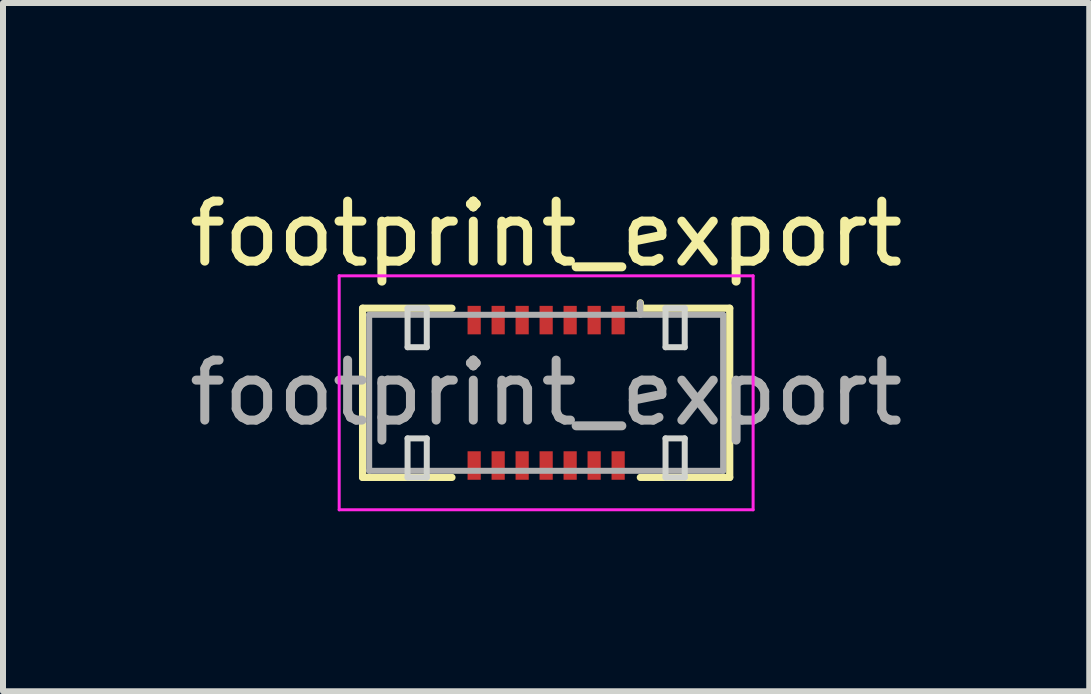
<source format=kicad_pcb>
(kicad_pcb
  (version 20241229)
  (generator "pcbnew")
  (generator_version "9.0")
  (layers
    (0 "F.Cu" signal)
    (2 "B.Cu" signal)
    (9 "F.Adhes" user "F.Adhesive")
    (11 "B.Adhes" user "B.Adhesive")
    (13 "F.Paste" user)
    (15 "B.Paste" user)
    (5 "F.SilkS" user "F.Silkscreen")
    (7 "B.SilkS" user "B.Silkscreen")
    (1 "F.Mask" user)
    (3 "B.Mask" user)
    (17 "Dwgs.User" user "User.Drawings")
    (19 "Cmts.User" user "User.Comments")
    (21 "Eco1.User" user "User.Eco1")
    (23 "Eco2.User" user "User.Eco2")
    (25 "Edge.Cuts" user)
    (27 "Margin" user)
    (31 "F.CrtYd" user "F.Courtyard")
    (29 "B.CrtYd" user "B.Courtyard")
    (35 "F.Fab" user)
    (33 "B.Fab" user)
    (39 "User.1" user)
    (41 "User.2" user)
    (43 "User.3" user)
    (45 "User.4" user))
  (footprint "footprint_export"
    (layer "F.Cu")
    (at 6.054 3.498)
    (property "Reference" "footprint_export" (at 0 -2.65 0) (layer "F.SilkS") (effects (font (size 1 1) (thickness 0.15))))
    (attr smd)
    (fp_line (start -3.06 -1.41) (end -1.57 -1.41) (stroke (width 0.12) (type solid)) (layer "F.SilkS"))
    (fp_line (start -3.06 1.41) (end -3.06 -1.41) (stroke (width 0.12) (type solid)) (layer "F.SilkS"))
    (fp_line (start -1.57 1.41) (end -3.06 1.41) (stroke (width 0.12) (type solid)) (layer "F.SilkS"))
    (fp_line (start 1.57 -1.41) (end 1.57 -1.5) (stroke (width 0.12) (type solid)) (layer "F.SilkS"))
    (fp_line (start 1.57 1.41) (end 3.06 1.41) (stroke (width 0.12) (type solid)) (layer "F.SilkS"))
    (fp_line (start 3.06 -1.41) (end 1.57 -1.41) (stroke (width 0.12) (type solid)) (layer "F.SilkS"))
    (fp_line (start 3.06 1.41) (end 3.06 -1.41) (stroke (width 0.12) (type solid)) (layer "F.SilkS"))
    (fp_line (start -2.31 -1.41) (end -2.31 -0.76) (stroke (width 0.1) (type solid)) (layer "Edge.Cuts"))
    (fp_line (start -2.31 -0.76) (end -1.99 -0.76) (stroke (width 0.1) (type solid)) (layer "Edge.Cuts"))
    (fp_line (start -2.31 0.76) (end -2.31 1.41) (stroke (width 0.1) (type solid)) (layer "Edge.Cuts"))
    (fp_line (start -2.31 1.41) (end -1.99 1.41) (stroke (width 0.1) (type solid)) (layer "Edge.Cuts"))
    (fp_line (start -1.99 -1.41) (end -2.31 -1.41) (stroke (width 0.1) (type solid)) (layer "Edge.Cuts"))
    (fp_line (start -1.99 -0.76) (end -1.99 -1.41) (stroke (width 0.1) (type solid)) (layer "Edge.Cuts"))
    (fp_line (start -1.99 0.76) (end -2.31 0.76) (stroke (width 0.1) (type solid)) (layer "Edge.Cuts"))
    (fp_line (start -1.99 1.41) (end -1.99 0.76) (stroke (width 0.1) (type solid)) (layer "Edge.Cuts"))
    (fp_line (start 1.99 -1.41) (end 1.99 -0.76) (stroke (width 0.1) (type solid)) (layer "Edge.Cuts"))
    (fp_line (start 1.99 -0.76) (end 2.31 -0.76) (stroke (width 0.1) (type solid)) (layer "Edge.Cuts"))
    (fp_line (start 1.99 0.76) (end 1.99 1.41) (stroke (width 0.1) (type solid)) (layer "Edge.Cuts"))
    (fp_line (start 1.99 1.41) (end 2.31 1.41) (stroke (width 0.1) (type solid)) (layer "Edge.Cuts"))
    (fp_line (start 2.31 -1.41) (end 1.99 -1.41) (stroke (width 0.1) (type solid)) (layer "Edge.Cuts"))
    (fp_line (start 2.31 -0.76) (end 2.31 -1.41) (stroke (width 0.1) (type solid)) (layer "Edge.Cuts"))
    (fp_line (start 2.31 0.76) (end 1.99 0.76) (stroke (width 0.1) (type solid)) (layer "Edge.Cuts"))
    (fp_line (start 2.31 1.41) (end 2.31 0.76) (stroke (width 0.1) (type solid)) (layer "Edge.Cuts"))
    (fp_line (start -3.45 -1.95) (end -3.45 1.95) (stroke (width 0.05) (type solid)) (layer "F.CrtYd"))
    (fp_line (start -3.45 1.95) (end 3.45 1.95) (stroke (width 0.05) (type solid)) (layer "F.CrtYd"))
    (fp_line (start 3.45 -1.95) (end -3.45 -1.95) (stroke (width 0.05) (type solid)) (layer "F.CrtYd"))
    (fp_line (start 3.45 1.95) (end 3.45 -1.95) (stroke (width 0.05) (type solid)) (layer "F.CrtYd"))
    (fp_line (start -2.95 -1.3) (end -2.95 1.3) (stroke (width 0.1) (type solid)) (layer "F.Fab"))
    (fp_line (start -2.95 1.3) (end 2.95 1.3) (stroke (width 0.1) (type solid)) (layer "F.Fab"))
    (fp_line (start 1.57 -1.3) (end 1.57 -1.5) (stroke (width 0.1) (type solid)) (layer "F.Fab"))
    (fp_line (start 2.95 -1.3) (end -2.95 -1.3) (stroke (width 0.1) (type solid)) (layer "F.Fab"))
    (fp_line (start 2.95 1.3) (end 2.95 -1.3) (stroke (width 0.1) (type solid)) (layer "F.Fab"))
    (fp_text user "${REFERENCE}" (at 0 0 0) (layer "F.Fab") (effects (font (size 1 1) (thickness 0.15))))
    (pad "1" smd rect (at 1.2 -1.212) (size 0.22 0.475) (layers "F.Cu" "F.Mask" "F.Paste"))
    (pad "2" smd rect (at 1.2 1.212) (size 0.22 0.475) (layers "F.Cu" "F.Mask" "F.Paste"))
    (pad "3" smd rect (at 0.8 -1.212) (size 0.22 0.475) (layers "F.Cu" "F.Mask" "F.Paste"))
    (pad "4" smd rect (at 0.8 1.212) (size 0.22 0.475) (layers "F.Cu" "F.Mask" "F.Paste"))
    (pad "5" smd rect (at 0.4 -1.212) (size 0.22 0.475) (layers "F.Cu" "F.Mask" "F.Paste"))
    (pad "6" smd rect (at 0.4 1.212) (size 0.22 0.475) (layers "F.Cu" "F.Mask" "F.Paste"))
    (pad "7" smd rect (at 0 -1.212) (size 0.22 0.475) (layers "F.Cu" "F.Mask" "F.Paste"))
    (pad "8" smd rect (at 0 1.212) (size 0.22 0.475) (layers "F.Cu" "F.Mask" "F.Paste"))
    (pad "9" smd rect (at -0.4 -1.212) (size 0.22 0.475) (layers "F.Cu" "F.Mask" "F.Paste"))
    (pad "10" smd rect (at -0.4 1.212) (size 0.22 0.475) (layers "F.Cu" "F.Mask" "F.Paste"))
    (pad "11" smd rect (at -0.8 -1.212) (size 0.22 0.475) (layers "F.Cu" "F.Mask" "F.Paste"))
    (pad "12" smd rect (at -0.8 1.212) (size 0.22 0.475) (layers "F.Cu" "F.Mask" "F.Paste"))
    (pad "13" smd rect (at -1.2 -1.212) (size 0.22 0.475) (layers "F.Cu" "F.Mask" "F.Paste"))
    (pad "14" smd rect (at -1.2 1.212) (size 0.22 0.475) (layers "F.Cu" "F.Mask" "F.Paste")))
  (gr_rect
    (start -3 -3)
    (end 15.107 8.473)
    (stroke (width 0.1) (type default))
    (fill no)
    (layer "Edge.Cuts")))
</source>
